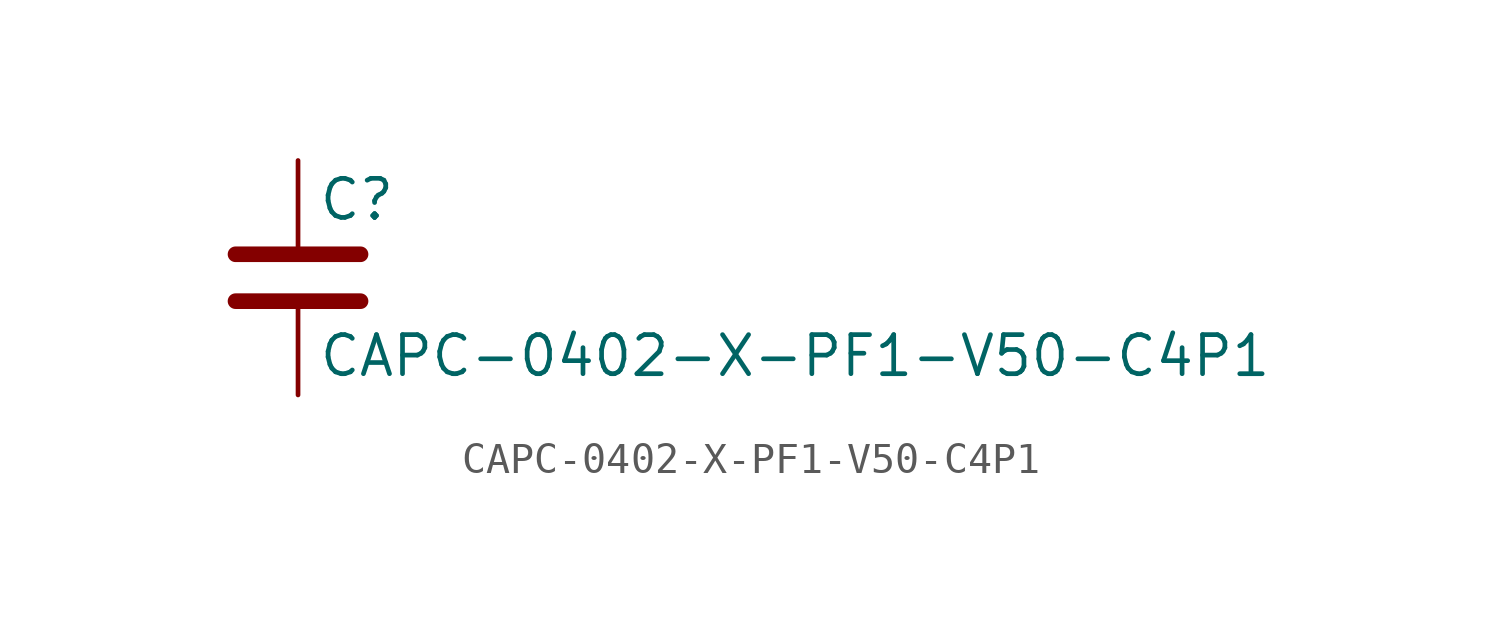
<source format=kicad_sym>
(kicad_symbol_lib
  (version 20211014)
  (generator kicad_symbol_editor)
  (symbol "CAPC-0402-X-PF1-V50-C4P1"
    (pin_numbers hide)
    (pin_names
      (offset 0.254))
    (property "Reference" "C"
      (at 0.635 2.54 0)
      (effects (font (size 1.27 1.27)) (justify left)))
    (property "Value" "CAPC-0402-X-PF1-V50-C4P1"
      (at 0.635 -2.54 0)
      (effects (font (size 1.27 1.27)) (justify left)))
    (symbol "CAPC-0402-X-PF1-V50-C4P1_0_1"
      (polyline (pts (xy -2.032 -0.762) (xy 2.032 -0.762)) (stroke (width 0.508) (type default) (color 0 0 0 0)) (fill (type none)))
      (polyline (pts (xy -2.032 0.762) (xy 2.032 0.762)) (stroke (width 0.508) (type default) (color 0 0 0 0)) (fill (type none))))
    (symbol "CAPC-0402-X-PF1-V50-C4P1_1_1"
      (pin passive line (at 0 3.81 270) (length 2.794) (name "~" (effects (font (size 1.27 1.27)))) (number "1" (effects (font (size 1.27 1.27)))))
      (pin passive line (at 0 -3.81 90) (length 2.794) (name "~" (effects (font (size 1.27 1.27)))) (number "2" (effects (font (size 1.27 1.27))))))))
</source>
